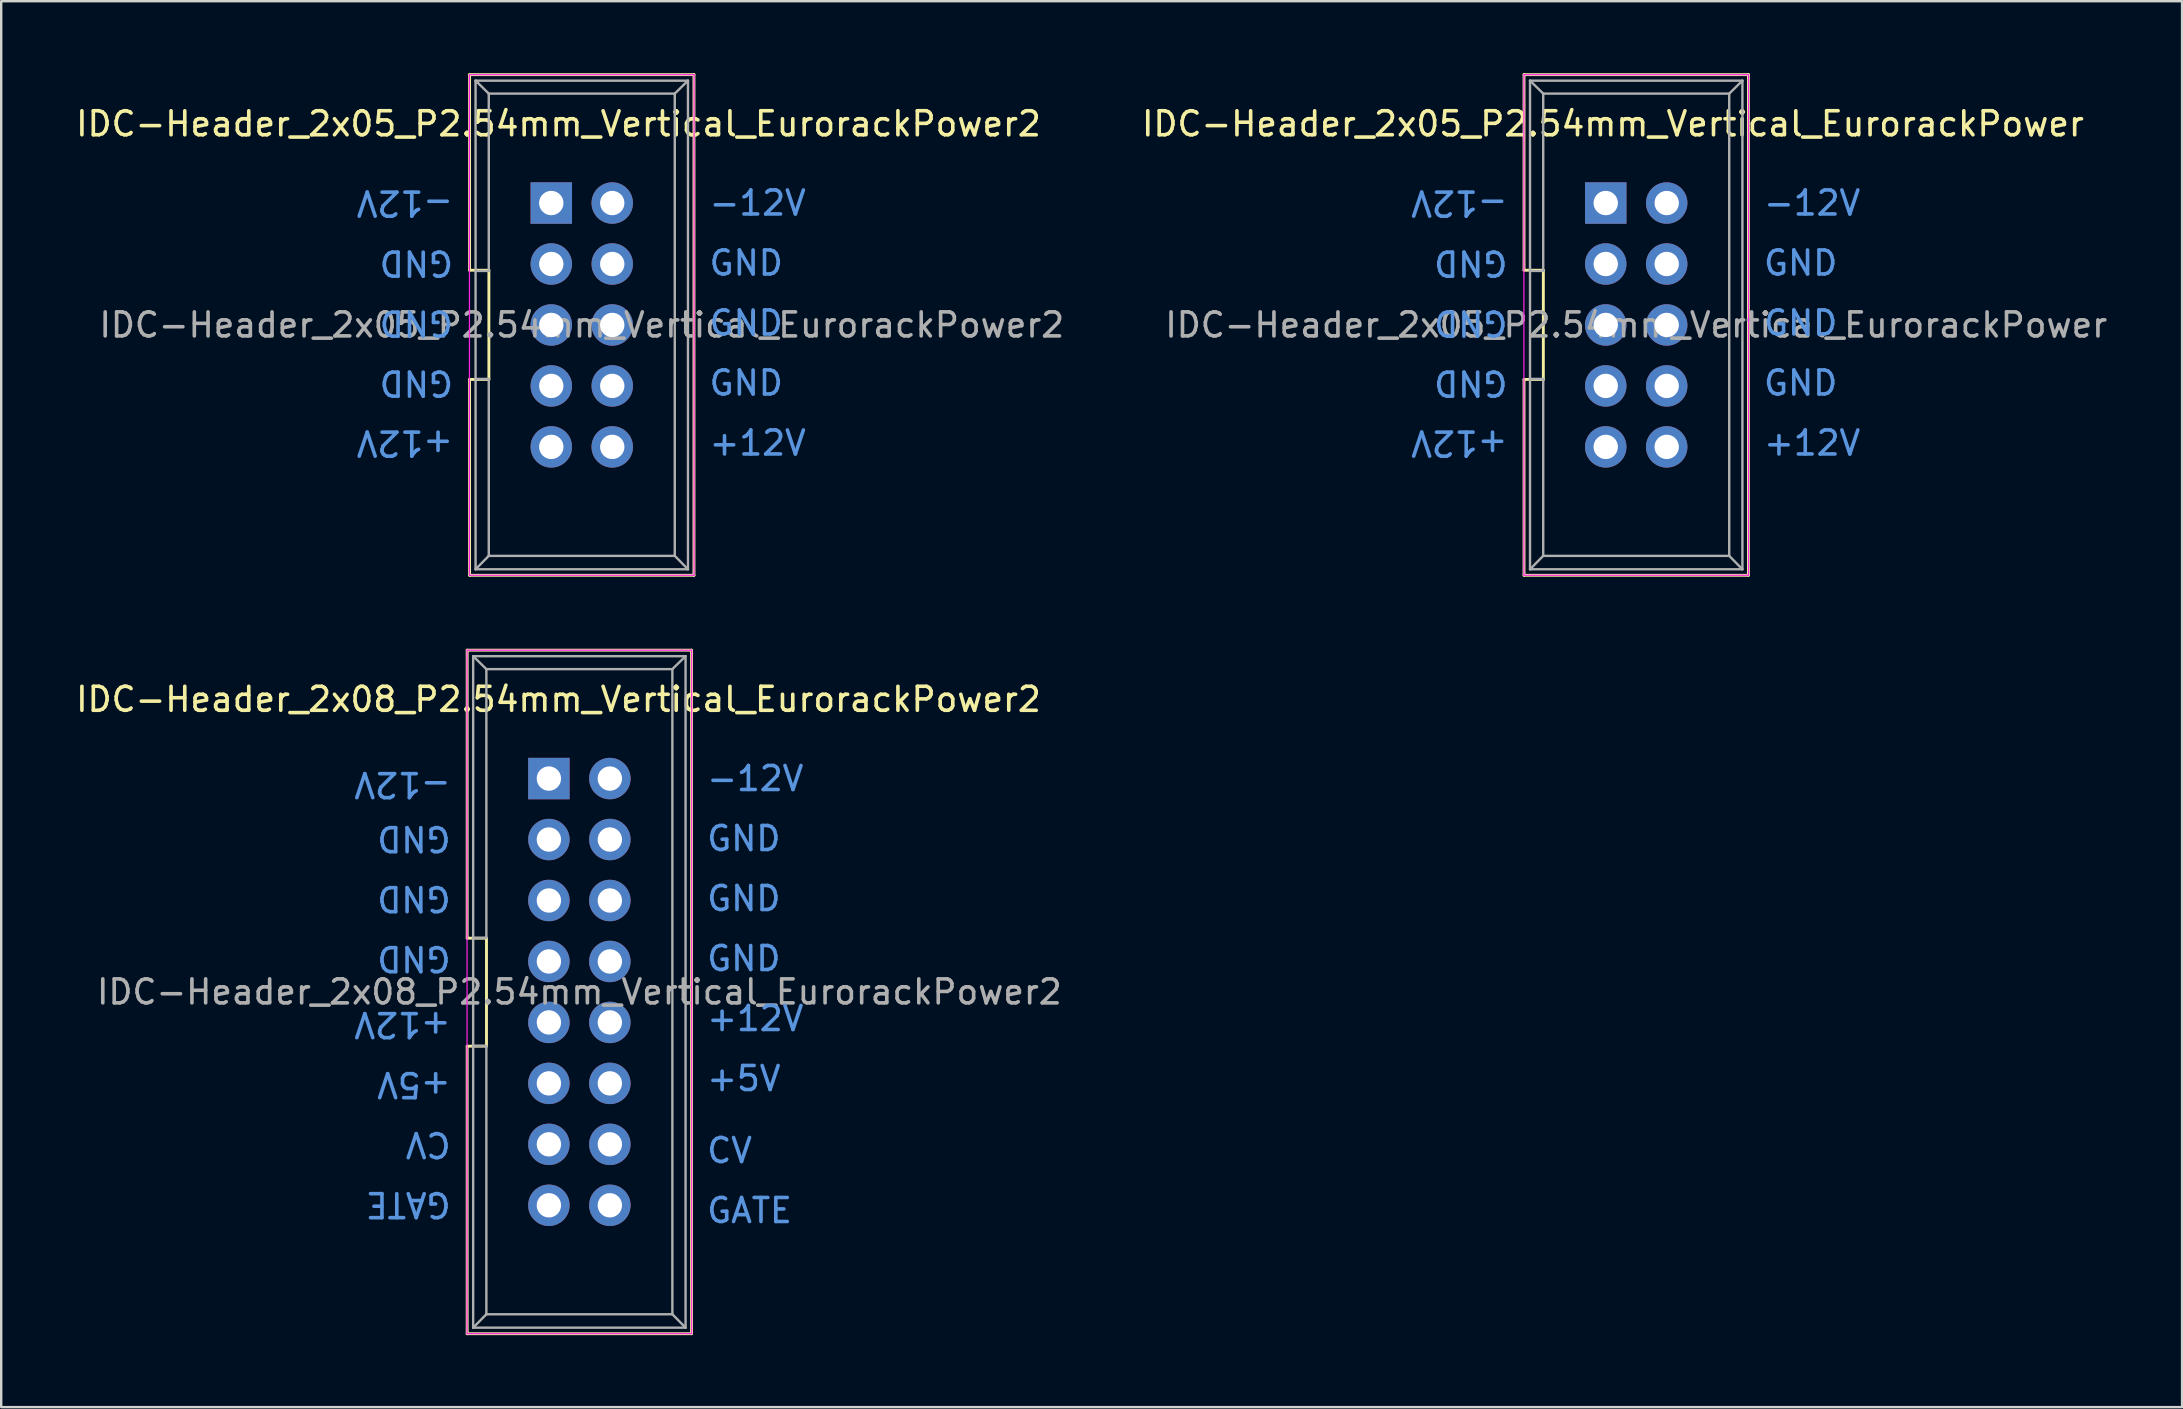
<source format=kicad_pcb>
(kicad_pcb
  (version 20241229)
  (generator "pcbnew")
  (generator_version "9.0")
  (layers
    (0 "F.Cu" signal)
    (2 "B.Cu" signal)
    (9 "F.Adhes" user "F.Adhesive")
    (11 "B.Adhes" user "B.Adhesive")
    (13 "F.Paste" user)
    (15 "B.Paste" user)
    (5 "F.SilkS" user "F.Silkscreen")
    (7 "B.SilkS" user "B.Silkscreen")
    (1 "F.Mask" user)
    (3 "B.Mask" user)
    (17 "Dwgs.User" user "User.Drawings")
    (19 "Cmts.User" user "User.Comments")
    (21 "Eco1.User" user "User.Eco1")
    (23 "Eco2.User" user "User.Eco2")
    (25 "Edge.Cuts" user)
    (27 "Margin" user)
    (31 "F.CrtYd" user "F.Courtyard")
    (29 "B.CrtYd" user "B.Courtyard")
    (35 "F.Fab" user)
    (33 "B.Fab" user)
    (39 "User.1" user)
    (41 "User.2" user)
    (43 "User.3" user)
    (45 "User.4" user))
  (footprint "IDC-Header_2x05_P2.54mm_Vertical_EurorackPower2"
    (layer "F.Cu")
    (at 19.92 5.41)
    (property "Reference" "IDC-Header_2x05_P2.54mm_Vertical_EurorackPower2" (at 0.3 -3.3 0) (layer "F.SilkS") (effects (font (size 1 1) (thickness 0.15))))
    (attr through_hole)
    (fp_line (start -3.405 -5.35) (end 5.945 -5.35) (stroke (width 0.12) (type solid)) (layer "F.SilkS"))
    (fp_line (start -3.405 2.8) (end -3.405 -5.35) (stroke (width 0.12) (type solid)) (layer "F.SilkS"))
    (fp_line (start -3.405 2.8) (end -2.6 2.8) (stroke (width 0.12) (type solid)) (layer "F.SilkS"))
    (fp_line (start -3.405 15.51) (end -3.405 7.35) (stroke (width 0.12) (type solid)) (layer "F.SilkS"))
    (fp_line (start -2.6 2.8) (end -2.6 7.35) (stroke (width 0.12) (type solid)) (layer "F.SilkS"))
    (fp_line (start -2.6 7.35) (end -3.405 7.35) (stroke (width 0.12) (type solid)) (layer "F.SilkS"))
    (fp_line (start 5.945 -5.35) (end 5.945 15.51) (stroke (width 0.12) (type solid)) (layer "F.SilkS"))
    (fp_line (start 5.945 15.51) (end -3.405 15.51) (stroke (width 0.12) (type solid)) (layer "F.SilkS"))
    (fp_line (start -3.41 -5.35) (end 5.95 -5.35) (stroke (width 0.05) (type solid)) (layer "F.CrtYd"))
    (fp_line (start -3.41 15.51) (end -3.41 -5.35) (stroke (width 0.05) (type solid)) (layer "F.CrtYd"))
    (fp_line (start 5.95 -5.35) (end 5.95 15.51) (stroke (width 0.05) (type solid)) (layer "F.CrtYd"))
    (fp_line (start 5.95 15.51) (end -3.41 15.51) (stroke (width 0.05) (type solid)) (layer "F.CrtYd"))
    (fp_line (start -3.155 -5.1) (end -3.155 15.26) (stroke (width 0.1) (type solid)) (layer "F.Fab"))
    (fp_line (start -3.155 -5.1) (end -2.605 -4.56) (stroke (width 0.1) (type solid)) (layer "F.Fab"))
    (fp_line (start -3.155 15.26) (end -2.605 14.7) (stroke (width 0.1) (type solid)) (layer "F.Fab"))
    (fp_line (start -2.605 -4.56) (end -2.605 2.83) (stroke (width 0.1) (type solid)) (layer "F.Fab"))
    (fp_line (start -2.605 2.83) (end -3.155 2.83) (stroke (width 0.1) (type solid)) (layer "F.Fab"))
    (fp_line (start -2.605 7.33) (end -3.155 7.33) (stroke (width 0.1) (type solid)) (layer "F.Fab"))
    (fp_line (start -2.605 7.33) (end -2.605 14.7) (stroke (width 0.1) (type solid)) (layer "F.Fab"))
    (fp_line (start 5.145 -4.56) (end -2.605 -4.56) (stroke (width 0.1) (type solid)) (layer "F.Fab"))
    (fp_line (start 5.145 -4.56) (end 5.145 14.7) (stroke (width 0.1) (type solid)) (layer "F.Fab"))
    (fp_line (start 5.145 14.7) (end -2.605 14.7) (stroke (width 0.1) (type solid)) (layer "F.Fab"))
    (fp_line (start 5.695 -5.1) (end -3.155 -5.1) (stroke (width 0.1) (type solid)) (layer "F.Fab"))
    (fp_line (start 5.695 -5.1) (end 5.145 -4.56) (stroke (width 0.1) (type solid)) (layer "F.Fab"))
    (fp_line (start 5.695 -5.1) (end 5.695 15.26) (stroke (width 0.1) (type solid)) (layer "F.Fab"))
    (fp_line (start 5.695 15.26) (end -3.155 15.26) (stroke (width 0.1) (type solid)) (layer "F.Fab"))
    (fp_line (start 5.695 15.26) (end 5.145 14.7) (stroke (width 0.1) (type solid)) (layer "F.Fab"))
    (fp_text user "GND" (at 6.5 5 0) (unlocked yes) (layer "Cmts.User") (effects (font (size 1 1) (thickness 0.15)) (justify left)))
    (fp_text user "GND" (at 6.5 2.5 0) (unlocked yes) (layer "Cmts.User") (effects (font (size 1 1) (thickness 0.15)) (justify left)))
    (fp_text user "-12V" (at 6.5 0 0) (unlocked yes) (layer "Cmts.User") (effects (font (size 1 1) (thickness 0.15)) (justify left)))
    (fp_text user "GND" (at -4 2.5 180) (unlocked yes) (layer "Cmts.User") (effects (font (size 1 1) (thickness 0.15)) (justify left)))
    (fp_text user "GND" (at -4 7.5 180) (unlocked yes) (layer "Cmts.User") (effects (font (size 1 1) (thickness 0.15)) (justify left)))
    (fp_text user "-12V" (at -4 0 180) (unlocked yes) (layer "Cmts.User") (effects (font (size 1 1) (thickness 0.15)) (justify left)))
    (fp_text user "+12V" (at -4 10 180) (unlocked yes) (layer "Cmts.User") (effects (font (size 1 1) (thickness 0.15)) (justify left)))
    (fp_text user "GND" (at -4 5 180) (unlocked yes) (layer "Cmts.User") (effects (font (size 1 1) (thickness 0.15)) (justify left)))
    (fp_text user "GND" (at 6.5 7.5 0) (unlocked yes) (layer "Cmts.User") (effects (font (size 1 1) (thickness 0.15)) (justify left)))
    (fp_text user "+12V" (at 6.5 10 0) (unlocked yes) (layer "Cmts.User") (effects (font (size 1 1) (thickness 0.15)) (justify left)))
    (fp_text user "${REFERENCE}" (at 1.27 5.08 0) (layer "F.Fab") (effects (font (size 1 1) (thickness 0.15))))
    (pad "1" thru_hole rect (at 0 0) (size 1.727 1.727) (drill 1.016) (layers "*.Cu" "*.Mask"))
    (pad "1" thru_hole oval (at 2.54 0) (size 1.727 1.727) (drill 1.016) (layers "*.Cu" "*.Mask"))
    (pad "3" thru_hole oval (at 0 2.54) (size 1.727 1.727) (drill 1.016) (layers "*.Cu" "*.Mask"))
    (pad "3" thru_hole oval (at 0 5.08) (size 1.727 1.727) (drill 1.016) (layers "*.Cu" "*.Mask"))
    (pad "3" thru_hole oval (at 0 7.62) (size 1.727 1.727) (drill 1.016) (layers "*.Cu" "*.Mask"))
    (pad "3" thru_hole oval (at 2.54 2.54) (size 1.727 1.727) (drill 1.016) (layers "*.Cu" "*.Mask"))
    (pad "3" thru_hole oval (at 2.54 5.08) (size 1.727 1.727) (drill 1.016) (layers "*.Cu" "*.Mask"))
    (pad "3" thru_hole oval (at 2.54 7.62) (size 1.727 1.727) (drill 1.016) (layers "*.Cu" "*.Mask"))
    (pad "9" thru_hole oval (at 0 10.16) (size 1.727 1.727) (drill 1.016) (layers "*.Cu" "*.Mask"))
    (pad "9" thru_hole oval (at 2.54 10.16) (size 1.727 1.727) (drill 1.016) (layers "*.Cu" "*.Mask")))
  (footprint "IDC-Header_2x05_P2.54mm_Vertical_EurorackPower"
    (layer "F.Cu")
    (at 63.855 5.41)
    (property "Reference" "IDC-Header_2x05_P2.54mm_Vertical_EurorackPower" (at 0.3 -3.3 0) (layer "F.SilkS") (effects (font (size 1 1) (thickness 0.15))))
    (attr through_hole)
    (fp_line (start -3.405 -5.35) (end 5.945 -5.35) (stroke (width 0.12) (type solid)) (layer "F.SilkS"))
    (fp_line (start -3.405 2.8) (end -3.405 -5.35) (stroke (width 0.12) (type solid)) (layer "F.SilkS"))
    (fp_line (start -3.405 2.8) (end -2.6 2.8) (stroke (width 0.12) (type solid)) (layer "F.SilkS"))
    (fp_line (start -3.405 15.51) (end -3.405 7.35) (stroke (width 0.12) (type solid)) (layer "F.SilkS"))
    (fp_line (start -2.6 2.8) (end -2.6 7.35) (stroke (width 0.12) (type solid)) (layer "F.SilkS"))
    (fp_line (start -2.6 7.35) (end -3.405 7.35) (stroke (width 0.12) (type solid)) (layer "F.SilkS"))
    (fp_line (start 5.945 -5.35) (end 5.945 15.51) (stroke (width 0.12) (type solid)) (layer "F.SilkS"))
    (fp_line (start 5.945 15.51) (end -3.405 15.51) (stroke (width 0.12) (type solid)) (layer "F.SilkS"))
    (fp_line (start -3.41 -5.35) (end 5.95 -5.35) (stroke (width 0.05) (type solid)) (layer "F.CrtYd"))
    (fp_line (start -3.41 15.51) (end -3.41 -5.35) (stroke (width 0.05) (type solid)) (layer "F.CrtYd"))
    (fp_line (start 5.95 -5.35) (end 5.95 15.51) (stroke (width 0.05) (type solid)) (layer "F.CrtYd"))
    (fp_line (start 5.95 15.51) (end -3.41 15.51) (stroke (width 0.05) (type solid)) (layer "F.CrtYd"))
    (fp_line (start -3.155 -5.1) (end -3.155 15.26) (stroke (width 0.1) (type solid)) (layer "F.Fab"))
    (fp_line (start -3.155 -5.1) (end -2.605 -4.56) (stroke (width 0.1) (type solid)) (layer "F.Fab"))
    (fp_line (start -3.155 15.26) (end -2.605 14.7) (stroke (width 0.1) (type solid)) (layer "F.Fab"))
    (fp_line (start -2.605 -4.56) (end -2.605 2.83) (stroke (width 0.1) (type solid)) (layer "F.Fab"))
    (fp_line (start -2.605 2.83) (end -3.155 2.83) (stroke (width 0.1) (type solid)) (layer "F.Fab"))
    (fp_line (start -2.605 7.33) (end -3.155 7.33) (stroke (width 0.1) (type solid)) (layer "F.Fab"))
    (fp_line (start -2.605 7.33) (end -2.605 14.7) (stroke (width 0.1) (type solid)) (layer "F.Fab"))
    (fp_line (start 5.145 -4.56) (end -2.605 -4.56) (stroke (width 0.1) (type solid)) (layer "F.Fab"))
    (fp_line (start 5.145 -4.56) (end 5.145 14.7) (stroke (width 0.1) (type solid)) (layer "F.Fab"))
    (fp_line (start 5.145 14.7) (end -2.605 14.7) (stroke (width 0.1) (type solid)) (layer "F.Fab"))
    (fp_line (start 5.695 -5.1) (end -3.155 -5.1) (stroke (width 0.1) (type solid)) (layer "F.Fab"))
    (fp_line (start 5.695 -5.1) (end 5.145 -4.56) (stroke (width 0.1) (type solid)) (layer "F.Fab"))
    (fp_line (start 5.695 -5.1) (end 5.695 15.26) (stroke (width 0.1) (type solid)) (layer "F.Fab"))
    (fp_line (start 5.695 15.26) (end -3.155 15.26) (stroke (width 0.1) (type solid)) (layer "F.Fab"))
    (fp_line (start 5.695 15.26) (end 5.145 14.7) (stroke (width 0.1) (type solid)) (layer "F.Fab"))
    (fp_text user "GND" (at -4 7.5 180) (unlocked yes) (layer "Cmts.User") (effects (font (size 1 1) (thickness 0.15)) (justify left)))
    (fp_text user "+12V" (at -4 10 180) (unlocked yes) (layer "Cmts.User") (effects (font (size 1 1) (thickness 0.15)) (justify left)))
    (fp_text user "GND" (at -4 2.5 180) (unlocked yes) (layer "Cmts.User") (effects (font (size 1 1) (thickness 0.15)) (justify left)))
    (fp_text user "GND" (at 6.5 2.5 0) (unlocked yes) (layer "Cmts.User") (effects (font (size 1 1) (thickness 0.15)) (justify left)))
    (fp_text user "GND" (at -4 5 180) (unlocked yes) (layer "Cmts.User") (effects (font (size 1 1) (thickness 0.15)) (justify left)))
    (fp_text user "GND" (at 6.5 5 0) (unlocked yes) (layer "Cmts.User") (effects (font (size 1 1) (thickness 0.15)) (justify left)))
    (fp_text user "GND" (at 6.5 7.5 0) (unlocked yes) (layer "Cmts.User") (effects (font (size 1 1) (thickness 0.15)) (justify left)))
    (fp_text user "+12V" (at 6.5 10 0) (unlocked yes) (layer "Cmts.User") (effects (font (size 1 1) (thickness 0.15)) (justify left)))
    (fp_text user "-12V" (at -4 0 180) (unlocked yes) (layer "Cmts.User") (effects (font (size 1 1) (thickness 0.15)) (justify left)))
    (fp_text user "-12V" (at 6.5 0 0) (unlocked yes) (layer "Cmts.User") (effects (font (size 1 1) (thickness 0.15)) (justify left)))
    (fp_text user "${REFERENCE}" (at 1.27 5.08 0) (layer "F.Fab") (effects (font (size 1 1) (thickness 0.15))))
    (pad "1" thru_hole rect (at 0 0) (size 1.727 1.727) (drill 1.016) (layers "*.Cu" "*.Mask"))
    (pad "2" thru_hole oval (at 2.54 0) (size 1.727 1.727) (drill 1.016) (layers "*.Cu" "*.Mask"))
    (pad "3" thru_hole oval (at 0 2.54) (size 1.727 1.727) (drill 1.016) (layers "*.Cu" "*.Mask"))
    (pad "4" thru_hole oval (at 2.54 2.54) (size 1.727 1.727) (drill 1.016) (layers "*.Cu" "*.Mask"))
    (pad "5" thru_hole oval (at 0 5.08) (size 1.727 1.727) (drill 1.016) (layers "*.Cu" "*.Mask"))
    (pad "6" thru_hole oval (at 2.54 5.08) (size 1.727 1.727) (drill 1.016) (layers "*.Cu" "*.Mask"))
    (pad "7" thru_hole oval (at 0 7.62) (size 1.727 1.727) (drill 1.016) (layers "*.Cu" "*.Mask"))
    (pad "8" thru_hole oval (at 2.54 7.62) (size 1.727 1.727) (drill 1.016) (layers "*.Cu" "*.Mask"))
    (pad "9" thru_hole oval (at 0 10.16) (size 1.727 1.727) (drill 1.016) (layers "*.Cu" "*.Mask"))
    (pad "10" thru_hole oval (at 2.54 10.16) (size 1.727 1.727) (drill 1.016) (layers "*.Cu" "*.Mask")))
  (footprint "IDC-Header_2x08_P2.54mm_Vertical_EurorackPower2"
    (layer "F.Cu")
    (at 19.82 29.39)
    (property "Reference" "IDC-Header_2x08_P2.54mm_Vertical_EurorackPower2" (at 0.4 -3.3 0) (layer "F.SilkS") (effects (font (size 1 1) (thickness 0.15))))
    (attr through_hole)
    (fp_line (start -3.405 -5.35) (end 5.945 -5.35) (stroke (width 0.12) (type solid)) (layer "F.SilkS"))
    (fp_line (start -3.405 6.65) (end -3.405 -5.35) (stroke (width 0.12) (type solid)) (layer "F.SilkS"))
    (fp_line (start -3.405 11.15) (end -2.6 11.15) (stroke (width 0.12) (type solid)) (layer "F.SilkS"))
    (fp_line (start -3.405 23.13) (end -3.405 11.15) (stroke (width 0.12) (type solid)) (layer "F.SilkS"))
    (fp_line (start -2.6 6.65) (end -3.405 6.65) (stroke (width 0.12) (type solid)) (layer "F.SilkS"))
    (fp_line (start -2.6 11.15) (end -2.6 6.65) (stroke (width 0.12) (type solid)) (layer "F.SilkS"))
    (fp_line (start 5.945 -5.35) (end 5.945 23.13) (stroke (width 0.12) (type solid)) (layer "F.SilkS"))
    (fp_line (start 5.945 23.13) (end -3.405 23.13) (stroke (width 0.12) (type solid)) (layer "F.SilkS"))
    (fp_line (start -3.41 -5.35) (end 5.95 -5.35) (stroke (width 0.05) (type solid)) (layer "F.CrtYd"))
    (fp_line (start -3.41 23.13) (end -3.41 -5.35) (stroke (width 0.05) (type solid)) (layer "F.CrtYd"))
    (fp_line (start 5.95 -5.35) (end 5.95 23.13) (stroke (width 0.05) (type solid)) (layer "F.CrtYd"))
    (fp_line (start 5.95 23.13) (end -3.41 23.13) (stroke (width 0.05) (type solid)) (layer "F.CrtYd"))
    (fp_line (start -3.155 -5.1) (end -3.155 22.88) (stroke (width 0.1) (type solid)) (layer "F.Fab"))
    (fp_line (start -3.155 -5.1) (end -2.605 -4.56) (stroke (width 0.1) (type solid)) (layer "F.Fab"))
    (fp_line (start -3.155 22.88) (end -2.605 22.32) (stroke (width 0.1) (type solid)) (layer "F.Fab"))
    (fp_line (start -2.605 -4.56) (end -2.605 6.64) (stroke (width 0.1) (type solid)) (layer "F.Fab"))
    (fp_line (start -2.605 6.64) (end -3.155 6.64) (stroke (width 0.1) (type solid)) (layer "F.Fab"))
    (fp_line (start -2.605 11.14) (end -3.155 11.14) (stroke (width 0.1) (type solid)) (layer "F.Fab"))
    (fp_line (start -2.605 11.14) (end -2.605 22.32) (stroke (width 0.1) (type solid)) (layer "F.Fab"))
    (fp_line (start 5.145 -4.56) (end -2.605 -4.56) (stroke (width 0.1) (type solid)) (layer "F.Fab"))
    (fp_line (start 5.145 -4.56) (end 5.145 22.32) (stroke (width 0.1) (type solid)) (layer "F.Fab"))
    (fp_line (start 5.145 22.32) (end -2.605 22.32) (stroke (width 0.1) (type solid)) (layer "F.Fab"))
    (fp_line (start 5.695 -5.1) (end -3.155 -5.1) (stroke (width 0.1) (type solid)) (layer "F.Fab"))
    (fp_line (start 5.695 -5.1) (end 5.145 -4.56) (stroke (width 0.1) (type solid)) (layer "F.Fab"))
    (fp_line (start 5.695 -5.1) (end 5.695 22.88) (stroke (width 0.1) (type solid)) (layer "F.Fab"))
    (fp_line (start 5.695 22.88) (end -3.155 22.88) (stroke (width 0.1) (type solid)) (layer "F.Fab"))
    (fp_line (start 5.695 22.88) (end 5.145 22.32) (stroke (width 0.1) (type solid)) (layer "F.Fab"))
    (fp_text user "GND" (at -4 7.5 180) (unlocked yes) (layer "Cmts.User") (effects (font (size 1 1) (thickness 0.15)) (justify left)))
    (fp_text user "GATE" (at 6.5 18 0) (unlocked yes) (layer "Cmts.User") (effects (font (size 1 1) (thickness 0.15)) (justify left)))
    (fp_text user "+5V" (at 6.5 12.5 0) (unlocked yes) (layer "Cmts.User") (effects (font (size 1 1) (thickness 0.15)) (justify left)))
    (fp_text user "GATE" (at -4 17.75 180) (unlocked yes) (layer "Cmts.User") (effects (font (size 1 1) (thickness 0.15)) (justify left)))
    (fp_text user "GND" (at -4 2.5 180) (unlocked yes) (layer "Cmts.User") (effects (font (size 1 1) (thickness 0.15)) (justify left)))
    (fp_text user "+5V" (at -4 12.75 180) (unlocked yes) (layer "Cmts.User") (effects (font (size 1 1) (thickness 0.15)) (justify left)))
    (fp_text user "GND" (at 6.5 7.5 0) (unlocked yes) (layer "Cmts.User") (effects (font (size 1 1) (thickness 0.15)) (justify left)))
    (fp_text user "GND" (at 6.5 5 0) (unlocked yes) (layer "Cmts.User") (effects (font (size 1 1) (thickness 0.15)) (justify left)))
    (fp_text user "GND" (at 6.5 2.5 0) (unlocked yes) (layer "Cmts.User") (effects (font (size 1 1) (thickness 0.15)) (justify left)))
    (fp_text user "-12V" (at -4 0.25 180) (unlocked yes) (layer "Cmts.User") (effects (font (size 1 1) (thickness 0.15)) (justify left)))
    (fp_text user "-12V" (at 6.5 0 0) (unlocked yes) (layer "Cmts.User") (effects (font (size 1 1) (thickness 0.15)) (justify left)))
    (fp_text user "CV" (at 6.5 15.5 0) (unlocked yes) (layer "Cmts.User") (effects (font (size 1 1) (thickness 0.15)) (justify left)))
    (fp_text user "GND" (at -4 5 180) (unlocked yes) (layer "Cmts.User") (effects (font (size 1 1) (thickness 0.15)) (justify left)))
    (fp_text user "CV" (at -4 15.25 180) (unlocked yes) (layer "Cmts.User") (effects (font (size 1 1) (thickness 0.15)) (justify left)))
    (fp_text user "+12V" (at 6.5 10 0) (unlocked yes) (layer "Cmts.User") (effects (font (size 1 1) (thickness 0.15)) (justify left)))
    (fp_text user "+12V" (at -4 10.25 180) (unlocked yes) (layer "Cmts.User") (effects (font (size 1 1) (thickness 0.15)) (justify left)))
    (fp_text user "${REFERENCE}" (at 1.27 8.89 0) (layer "F.Fab") (effects (font (size 1 1) (thickness 0.15))))
    (pad "1" thru_hole rect (at 0 0) (size 1.727 1.727) (drill 1.016) (layers "*.Cu" "*.Mask"))
    (pad "1" thru_hole oval (at 2.54 0) (size 1.727 1.727) (drill 1.016) (layers "*.Cu" "*.Mask"))
    (pad "3" thru_hole oval (at 0 2.54) (size 1.727 1.727) (drill 1.016) (layers "*.Cu" "*.Mask"))
    (pad "3" thru_hole oval (at 0 5.08) (size 1.727 1.727) (drill 1.016) (layers "*.Cu" "*.Mask"))
    (pad "3" thru_hole oval (at 0 7.62) (size 1.727 1.727) (drill 1.016) (layers "*.Cu" "*.Mask"))
    (pad "3" thru_hole oval (at 2.54 2.54) (size 1.727 1.727) (drill 1.016) (layers "*.Cu" "*.Mask"))
    (pad "3" thru_hole oval (at 2.54 5.08) (size 1.727 1.727) (drill 1.016) (layers "*.Cu" "*.Mask"))
    (pad "3" thru_hole oval (at 2.54 7.62) (size 1.727 1.727) (drill 1.016) (layers "*.Cu" "*.Mask"))
    (pad "9" thru_hole oval (at 0 10.16) (size 1.727 1.727) (drill 1.016) (layers "*.Cu" "*.Mask"))
    (pad "9" thru_hole oval (at 2.54 10.16) (size 1.727 1.727) (drill 1.016) (layers "*.Cu" "*.Mask"))
    (pad "11" thru_hole oval (at 0 12.7) (size 1.727 1.727) (drill 1.016) (layers "*.Cu" "*.Mask"))
    (pad "11" thru_hole oval (at 2.54 12.7) (size 1.727 1.727) (drill 1.016) (layers "*.Cu" "*.Mask"))
    (pad "13" thru_hole oval (at 0 15.24) (size 1.727 1.727) (drill 1.016) (layers "*.Cu" "*.Mask"))
    (pad "13" thru_hole oval (at 2.54 15.24) (size 1.727 1.727) (drill 1.016) (layers "*.Cu" "*.Mask"))
    (pad "15" thru_hole oval (at 0 17.78) (size 1.727 1.727) (drill 1.016) (layers "*.Cu" "*.Mask"))
    (pad "15" thru_hole oval (at 2.54 17.78) (size 1.727 1.727) (drill 1.016) (layers "*.Cu" "*.Mask")))
  (gr_rect
    (start -3 -3)
    (end 87.869 55.58)
    (stroke (width 0.1) (type default))
    (fill no)
    (layer "Edge.Cuts")))
</source>
